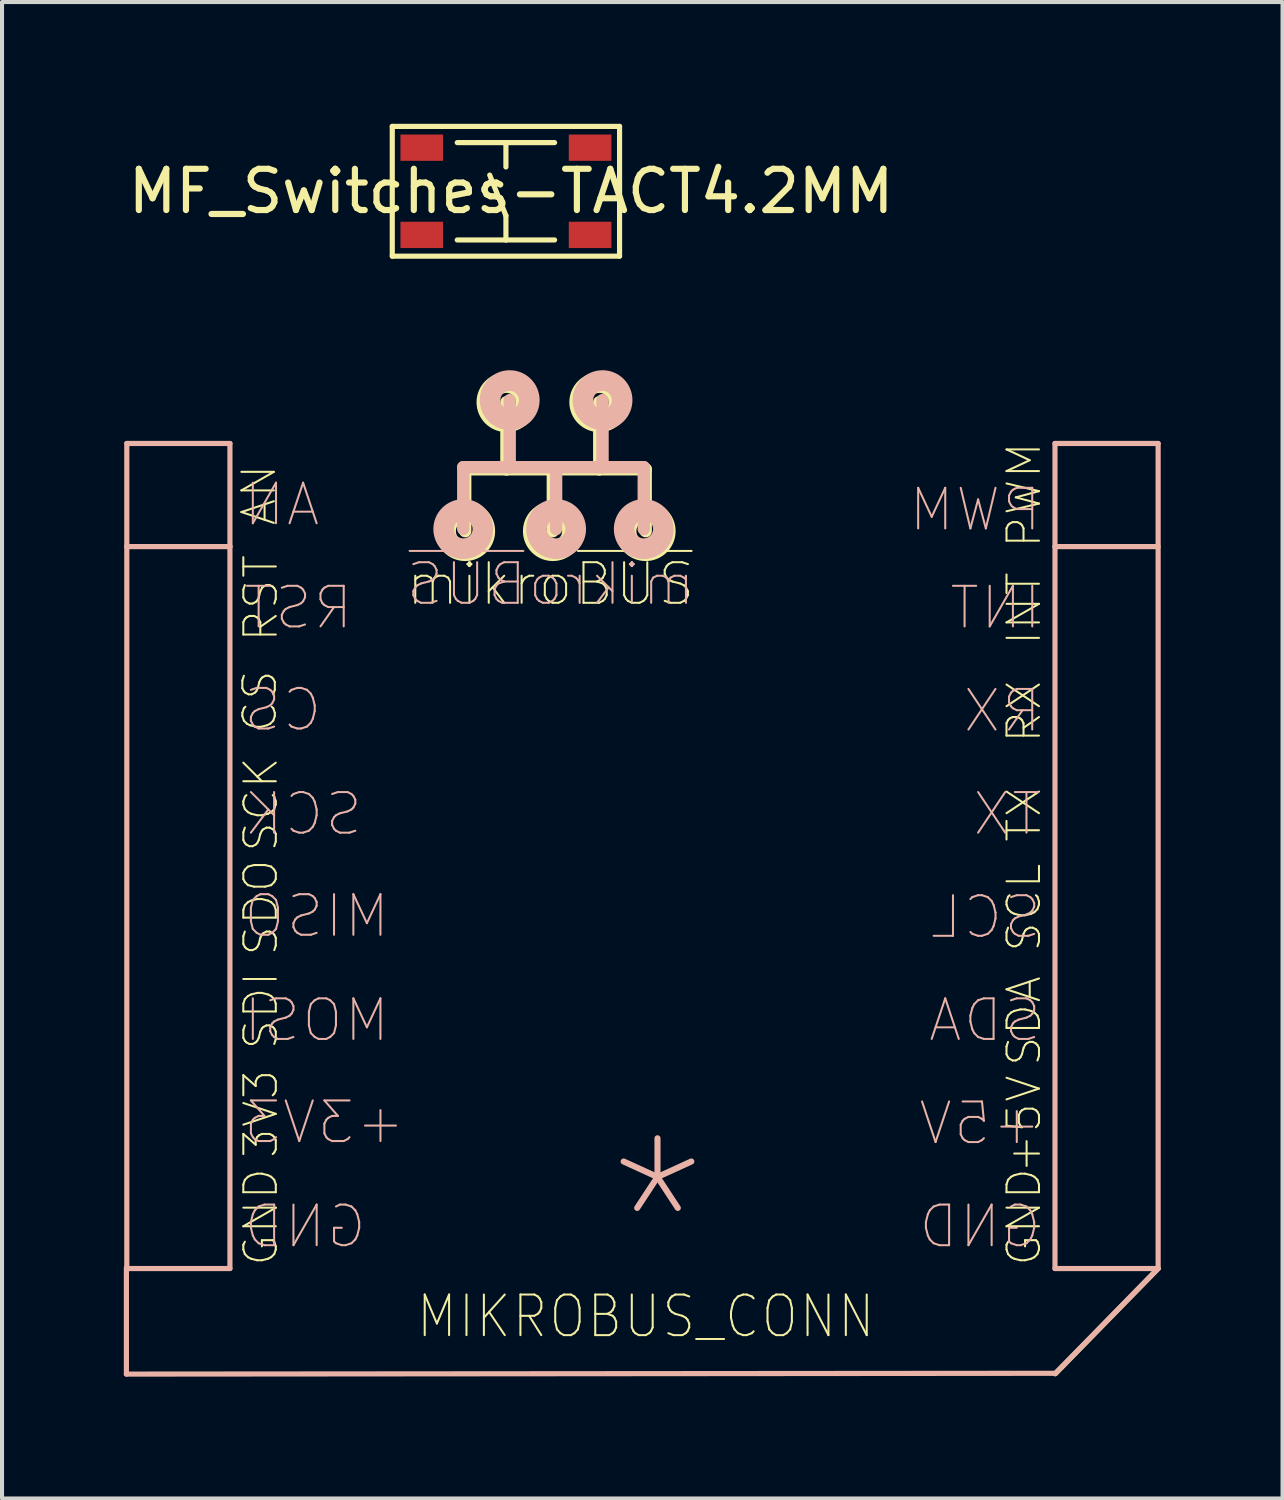
<source format=kicad_pcb>
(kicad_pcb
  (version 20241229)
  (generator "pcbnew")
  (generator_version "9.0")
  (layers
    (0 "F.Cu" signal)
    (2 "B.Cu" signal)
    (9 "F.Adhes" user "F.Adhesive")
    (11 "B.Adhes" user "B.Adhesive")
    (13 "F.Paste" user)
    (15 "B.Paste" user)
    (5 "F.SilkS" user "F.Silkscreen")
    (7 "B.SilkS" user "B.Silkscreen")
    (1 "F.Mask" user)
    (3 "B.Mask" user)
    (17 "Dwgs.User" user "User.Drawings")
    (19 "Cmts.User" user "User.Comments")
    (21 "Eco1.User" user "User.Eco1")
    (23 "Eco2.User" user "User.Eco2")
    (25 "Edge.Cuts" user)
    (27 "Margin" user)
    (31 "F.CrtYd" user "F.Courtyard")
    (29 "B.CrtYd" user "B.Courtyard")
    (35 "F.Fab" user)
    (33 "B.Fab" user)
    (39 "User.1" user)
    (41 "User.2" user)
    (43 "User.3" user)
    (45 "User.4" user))
  (footprint "MF_Switches-TACT4.2MM"
    (layer "F.Cu")
    (at 9.41 1.661)
    (property "Reference" "MF_Switches-TACT4.2MM" (at 0.127 0 180) (layer "F.SilkS") (effects (font (size 1.016 1.016) (thickness 0.152))))
    (attr smd)
    (fp_line (start -2.799 -1.598) (end 2.799 -1.598) (stroke (width 0.127) (type solid)) (layer "F.SilkS"))
    (fp_line (start -2.799 1.598) (end -2.799 -1.598) (stroke (width 0.127) (type solid)) (layer "F.SilkS"))
    (fp_line (start -1.199 -1.199) (end 0 -1.199) (stroke (width 0.127) (type solid)) (layer "F.SilkS"))
    (fp_line (start -1.199 1.199) (end 0 1.199) (stroke (width 0.127) (type solid)) (layer "F.SilkS"))
    (fp_line (start 0 -1.199) (end 0 -0.599) (stroke (width 0.127) (type solid)) (layer "F.SilkS"))
    (fp_line (start 0 -1.199) (end 1.199 -1.199) (stroke (width 0.127) (type solid)) (layer "F.SilkS"))
    (fp_line (start 0 0.599) (end -0.399 -0.399) (stroke (width 0.127) (type solid)) (layer "F.SilkS"))
    (fp_line (start 0 1.199) (end 0 0.599) (stroke (width 0.127) (type solid)) (layer "F.SilkS"))
    (fp_line (start 0 1.199) (end 1.199 1.199) (stroke (width 0.127) (type solid)) (layer "F.SilkS"))
    (fp_line (start 2.799 -1.598) (end 2.799 1.598) (stroke (width 0.127) (type solid)) (layer "F.SilkS"))
    (fp_line (start 2.799 1.598) (end -2.799 1.598) (stroke (width 0.127) (type solid)) (layer "F.SilkS"))
    (pad "1" smd rect (at -2.073 -1.074 90) (size 0.648 1.049) (layers "F.Cu" "F.Mask" "F.Paste"))
    (pad "2" smd rect (at 2.073 -1.074 90) (size 0.648 1.049) (layers "F.Cu" "F.Mask" "F.Paste"))
    (pad "3" smd rect (at -2.073 1.074 90) (size 0.648 1.049) (layers "F.Cu" "F.Mask" "F.Paste"))
    (pad "4" smd rect (at 2.073 1.074 90) (size 0.648 1.049) (layers "F.Cu" "F.Mask" "F.Paste")))
  (footprint "MIKROBUS_CONN"
    (layer "F.Cu")
    (at 1.343 9.142)
    (property "Reference" "MIKROBUS_CONN" (at 11.51 20.23 0) (layer "F.SilkS") (effects (font (size 1 0.9) (thickness 0.05))))
    (attr through_hole)
    (fp_line (start 7.064 -0.635) (end 7.064 0.889) (stroke (width 0.305) (type solid)) (layer "F.SilkS"))
    (fp_line (start 7.064 -0.635) (end 8.08 -0.635) (stroke (width 0.305) (type solid)) (layer "F.SilkS"))
    (fp_line (start 8.08 -0.635) (end 8.08 -2.286) (stroke (width 0.305) (type solid)) (layer "F.SilkS"))
    (fp_line (start 8.08 -0.635) (end 9.223 -0.635) (stroke (width 0.305) (type solid)) (layer "F.SilkS"))
    (fp_line (start 9.223 -0.635) (end 9.223 0.889) (stroke (width 0.305) (type solid)) (layer "F.SilkS"))
    (fp_line (start 9.223 -0.635) (end 10.366 -0.635) (stroke (width 0.305) (type solid)) (layer "F.SilkS"))
    (fp_line (start 10.366 -0.635) (end 10.366 -2.286) (stroke (width 0.305) (type solid)) (layer "F.SilkS"))
    (fp_line (start 10.366 -0.635) (end 11.509 -0.635) (stroke (width 0.305) (type solid)) (layer "F.SilkS"))
    (fp_line (start 11.509 -0.635) (end 11.509 0.889) (stroke (width 0.305) (type solid)) (layer "F.SilkS"))
    (fp_line (start 24.13 19.05) (end 21.6 21.64) (stroke (width 0.127) (type solid)) (layer "F.SilkS"))
    (fp_circle (center 7.064 0.889) (end 7.293 0.889) (stroke (width 0.508) (type solid)) (fill no) (layer "F.SilkS"))
    (fp_circle (center 8.08 -2.286) (end 8.309 -2.286) (stroke (width 0.508) (type solid)) (fill no) (layer "F.SilkS"))
    (fp_circle (center 9.223 0.889) (end 9.452 0.889) (stroke (width 0.508) (type solid)) (fill no) (layer "F.SilkS"))
    (fp_circle (center 10.366 -2.286) (end 10.595 -2.286) (stroke (width 0.508) (type solid)) (fill no) (layer "F.SilkS"))
    (fp_circle (center 11.509 0.889) (end 11.738 0.889) (stroke (width 0.508) (type solid)) (fill no) (layer "F.SilkS"))
    (fp_line (start -1.28 19.03) (end -1.28 21.65) (stroke (width 0.127) (type solid)) (layer "B.SilkS"))
    (fp_line (start -1.28 21.65) (end 21.59 21.63) (stroke (width 0.127) (type solid)) (layer "B.SilkS"))
    (fp_line (start -1.27 -1.27) (end -1.27 1.27) (stroke (width 0.127) (type solid)) (layer "B.SilkS"))
    (fp_line (start -1.27 1.27) (end -1.27 19.05) (stroke (width 0.127) (type solid)) (layer "B.SilkS"))
    (fp_line (start -1.27 1.27) (end 1.27 1.27) (stroke (width 0.127) (type solid)) (layer "B.SilkS"))
    (fp_line (start -1.27 19.05) (end 1.27 19.05) (stroke (width 0.127) (type solid)) (layer "B.SilkS"))
    (fp_line (start 1.27 -1.27) (end -1.27 -1.27) (stroke (width 0.127) (type solid)) (layer "B.SilkS"))
    (fp_line (start 1.27 1.27) (end 1.27 -1.27) (stroke (width 0.127) (type solid)) (layer "B.SilkS"))
    (fp_line (start 1.27 19.05) (end 1.27 1.27) (stroke (width 0.127) (type solid)) (layer "B.SilkS"))
    (fp_line (start 7.017 -0.686) (end 7.017 0.838) (stroke (width 0.305) (type solid)) (layer "B.SilkS"))
    (fp_line (start 8.16 -0.686) (end 7.017 -0.686) (stroke (width 0.305) (type solid)) (layer "B.SilkS"))
    (fp_line (start 8.16 -0.686) (end 8.16 -2.337) (stroke (width 0.305) (type solid)) (layer "B.SilkS"))
    (fp_line (start 9.303 -0.686) (end 8.16 -0.686) (stroke (width 0.305) (type solid)) (layer "B.SilkS"))
    (fp_line (start 9.303 -0.686) (end 9.303 0.838) (stroke (width 0.305) (type solid)) (layer "B.SilkS"))
    (fp_line (start 10.446 -0.686) (end 9.303 -0.686) (stroke (width 0.305) (type solid)) (layer "B.SilkS"))
    (fp_line (start 10.446 -0.686) (end 10.446 -2.337) (stroke (width 0.305) (type solid)) (layer "B.SilkS"))
    (fp_line (start 11.462 -0.686) (end 10.446 -0.686) (stroke (width 0.305) (type solid)) (layer "B.SilkS"))
    (fp_line (start 11.462 -0.686) (end 11.462 0.838) (stroke (width 0.305) (type solid)) (layer "B.SilkS"))
    (fp_line (start 21.59 -1.27) (end 21.59 1.27) (stroke (width 0.127) (type solid)) (layer "B.SilkS"))
    (fp_line (start 21.59 -1.27) (end 24.13 -1.27) (stroke (width 0.127) (type solid)) (layer "B.SilkS"))
    (fp_line (start 21.59 1.27) (end 21.59 19.05) (stroke (width 0.127) (type solid)) (layer "B.SilkS"))
    (fp_line (start 21.59 1.27) (end 24.13 1.27) (stroke (width 0.127) (type solid)) (layer "B.SilkS"))
    (fp_line (start 21.59 19.05) (end 24.13 19.05) (stroke (width 0.127) (type solid)) (layer "B.SilkS"))
    (fp_line (start 24.13 -1.27) (end 24.13 19.05) (stroke (width 0.127) (type solid)) (layer "B.SilkS"))
    (fp_line (start 24.13 19.05) (end 21.59 21.64) (stroke (width 0.127) (type solid)) (layer "B.SilkS"))
    (fp_circle (center 7.017 0.838) (end 7.246 0.838) (stroke (width 0.508) (type solid)) (fill no) (layer "B.SilkS"))
    (fp_circle (center 8.16 -2.337) (end 8.389 -2.337) (stroke (width 0.508) (type solid)) (fill no) (layer "B.SilkS"))
    (fp_circle (center 9.303 0.838) (end 9.532 0.838) (stroke (width 0.508) (type solid)) (fill no) (layer "B.SilkS"))
    (fp_circle (center 10.446 -2.337) (end 10.675 -2.337) (stroke (width 0.508) (type solid)) (fill no) (layer "B.SilkS"))
    (fp_circle (center 11.462 0.838) (end 11.691 0.838) (stroke (width 0.508) (type solid)) (fill no) (layer "B.SilkS"))
    (fp_line (start -1.27 -1.27) (end -1.27 1.27) (stroke (width 0.127) (type solid)) (layer "Eco1.User"))
    (fp_line (start -1.27 0) (end 1.27 0) (stroke (width 0.12) (type solid)) (layer "Eco1.User"))
    (fp_line (start -1.27 1.27) (end -1.27 19.05) (stroke (width 0.127) (type solid)) (layer "Eco1.User"))
    (fp_line (start -1.27 1.27) (end 1.27 1.27) (stroke (width 0.127) (type solid)) (layer "Eco1.User"))
    (fp_line (start -1.27 2.54) (end 1.27 2.54) (stroke (width 0.12) (type solid)) (layer "Eco1.User"))
    (fp_line (start -1.27 5.08) (end 1.27 5.08) (stroke (width 0.12) (type solid)) (layer "Eco1.User"))
    (fp_line (start -1.27 7.62) (end 1.27 7.62) (stroke (width 0.12) (type solid)) (layer "Eco1.User"))
    (fp_line (start -1.27 10.16) (end 1.27 10.16) (stroke (width 0.12) (type solid)) (layer "Eco1.User"))
    (fp_line (start -1.27 12.7) (end 1.27 12.7) (stroke (width 0.12) (type solid)) (layer "Eco1.User"))
    (fp_line (start -1.27 15.24) (end 1.27 15.24) (stroke (width 0.12) (type solid)) (layer "Eco1.User"))
    (fp_line (start -1.27 17.78) (end 1.27 17.78) (stroke (width 0.12) (type solid)) (layer "Eco1.User"))
    (fp_line (start -1.27 17.78) (end 1.27 17.78) (stroke (width 0.12) (type solid)) (layer "Eco1.User"))
    (fp_line (start -1.27 19.05) (end 1.27 19.05) (stroke (width 0.127) (type solid)) (layer "Eco1.User"))
    (fp_line (start 0 1.27) (end 0 -1.27) (stroke (width 0.12) (type solid)) (layer "Eco1.User"))
    (fp_line (start 0 3.81) (end 0 1.27) (stroke (width 0.12) (type solid)) (layer "Eco1.User"))
    (fp_line (start 0 6.35) (end 0 3.81) (stroke (width 0.12) (type solid)) (layer "Eco1.User"))
    (fp_line (start 0 8.89) (end 0 6.35) (stroke (width 0.12) (type solid)) (layer "Eco1.User"))
    (fp_line (start 0 11.43) (end 0 8.89) (stroke (width 0.12) (type solid)) (layer "Eco1.User"))
    (fp_line (start 0 13.97) (end 0 11.43) (stroke (width 0.12) (type solid)) (layer "Eco1.User"))
    (fp_line (start 0 16.51) (end 0 13.97) (stroke (width 0.12) (type solid)) (layer "Eco1.User"))
    (fp_line (start 0 19.05) (end 0 16.51) (stroke (width 0.12) (type solid)) (layer "Eco1.User"))
    (fp_line (start 0 19.05) (end 0 16.51) (stroke (width 0.12) (type solid)) (layer "Eco1.User"))
    (fp_line (start 1.27 -1.27) (end -1.27 -1.27) (stroke (width 0.127) (type solid)) (layer "Eco1.User"))
    (fp_line (start 1.27 1.27) (end 1.27 -1.27) (stroke (width 0.127) (type solid)) (layer "Eco1.User"))
    (fp_line (start 1.27 19.05) (end 1.27 1.27) (stroke (width 0.127) (type solid)) (layer "Eco1.User"))
    (fp_line (start 21.59 -1.27) (end 21.59 1.27) (stroke (width 0.127) (type solid)) (layer "Eco1.User"))
    (fp_line (start 21.59 -1.27) (end 24.13 -1.27) (stroke (width 0.127) (type solid)) (layer "Eco1.User"))
    (fp_line (start 21.59 0) (end 24.13 0) (stroke (width 0.12) (type solid)) (layer "Eco1.User"))
    (fp_line (start 21.59 0) (end 24.13 0) (stroke (width 0.12) (type solid)) (layer "Eco1.User"))
    (fp_line (start 21.59 1.27) (end 21.59 19.05) (stroke (width 0.127) (type solid)) (layer "Eco1.User"))
    (fp_line (start 21.59 1.27) (end 24.13 1.27) (stroke (width 0.127) (type solid)) (layer "Eco1.User"))
    (fp_line (start 21.59 2.54) (end 24.13 2.54) (stroke (width 0.12) (type solid)) (layer "Eco1.User"))
    (fp_line (start 21.59 5.08) (end 24.13 5.08) (stroke (width 0.12) (type solid)) (layer "Eco1.User"))
    (fp_line (start 21.59 7.62) (end 24.13 7.62) (stroke (width 0.12) (type solid)) (layer "Eco1.User"))
    (fp_line (start 21.59 10.16) (end 24.13 10.16) (stroke (width 0.12) (type solid)) (layer "Eco1.User"))
    (fp_line (start 21.59 12.7) (end 24.13 12.7) (stroke (width 0.12) (type solid)) (layer "Eco1.User"))
    (fp_line (start 21.59 15.24) (end 24.13 15.24) (stroke (width 0.12) (type solid)) (layer "Eco1.User"))
    (fp_line (start 21.59 17.78) (end 24.13 17.78) (stroke (width 0.12) (type solid)) (layer "Eco1.User"))
    (fp_line (start 21.59 19.05) (end 24.13 19.05) (stroke (width 0.127) (type solid)) (layer "Eco1.User"))
    (fp_line (start 22.86 1.27) (end 22.86 -1.27) (stroke (width 0.12) (type solid)) (layer "Eco1.User"))
    (fp_line (start 22.86 1.27) (end 22.86 -1.27) (stroke (width 0.12) (type solid)) (layer "Eco1.User"))
    (fp_line (start 22.86 3.81) (end 22.86 1.27) (stroke (width 0.12) (type solid)) (layer "Eco1.User"))
    (fp_line (start 22.86 6.35) (end 22.86 3.81) (stroke (width 0.12) (type solid)) (layer "Eco1.User"))
    (fp_line (start 22.86 8.89) (end 22.86 6.35) (stroke (width 0.12) (type solid)) (layer "Eco1.User"))
    (fp_line (start 22.86 11.43) (end 22.86 8.89) (stroke (width 0.12) (type solid)) (layer "Eco1.User"))
    (fp_line (start 22.86 13.97) (end 22.86 11.43) (stroke (width 0.12) (type solid)) (layer "Eco1.User"))
    (fp_line (start 22.86 16.51) (end 22.86 13.97) (stroke (width 0.12) (type solid)) (layer "Eco1.User"))
    (fp_line (start 22.86 19.05) (end 22.86 16.51) (stroke (width 0.12) (type solid)) (layer "Eco1.User"))
    (fp_line (start 24.13 -1.27) (end 24.13 19.05) (stroke (width 0.127) (type solid)) (layer "Eco1.User"))
    (fp_text user "+5V" (at 20.828 15.494 90) (layer "F.SilkS") (effects (font (size 0.8 0.8) (thickness 0.05))))
    (fp_text user "AN" (at 1.984 0 90) (layer "F.SilkS") (effects (font (size 0.8 0.8) (thickness 0.05))))
    (fp_text user "PWM" (at 20.828 0 90) (layer "F.SilkS") (effects (font (size 0.8 0.8) (thickness 0.05))))
    (fp_text user "RST" (at 2.032 2.54 90) (layer "F.SilkS") (effects (font (size 0.8 0.8) (thickness 0.05))))
    (fp_text user "SCK" (at 2.032 7.62 90) (layer "F.SilkS") (effects (font (size 0.8 0.8) (thickness 0.05))))
    (fp_text user "TX" (at 20.828 7.874 270) (layer "F.SilkS") (effects (font (size 0.8 0.8) (thickness 0.05))))
    (fp_text user "SDO" (at 2.032 10.16 90) (layer "F.SilkS") (effects (font (size 0.8 0.8) (thickness 0.05))))
    (fp_text user "SDA" (at 20.828 12.954 90) (layer "F.SilkS") (effects (font (size 0.8 0.8) (thickness 0.05))))
    (fp_text user "SDI" (at 2.032 12.7 90) (layer "F.SilkS") (effects (font (size 0.8 0.8) (thickness 0.05))))
    (fp_text user "mikro~{BUS}" (at 9.168 2.194 0) (layer "F.SilkS") (effects (font (size 1 1) (thickness 0.05))))
    (fp_text user "RX" (at 20.828 5.334 270) (layer "F.SilkS") (effects (font (size 0.8 0.8) (thickness 0.05))))
    (fp_text user "GND" (at 20.828 17.78 90) (layer "F.SilkS") (effects (font (size 0.8 0.8) (thickness 0.05))))
    (fp_text user "SCL" (at 20.828 10.16 90) (layer "F.SilkS") (effects (font (size 0.8 0.8) (thickness 0.05))))
    (fp_text user "CS" (at 2.008 5.08 90) (layer "F.SilkS") (effects (font (size 0.8 0.8) (thickness 0.05))))
    (fp_text user "INT" (at 20.828 2.794 90) (layer "F.SilkS") (effects (font (size 0.8 0.8) (thickness 0.05))))
    (fp_text user "GND" (at 2.032 17.78 90) (layer "F.SilkS") (effects (font (size 0.8 0.8) (thickness 0.05))))
    (fp_text user "3V3" (at 2.032 15.24 90) (layer "F.SilkS") (effects (font (size 0.8 0.8) (thickness 0.05))))
    (fp_text user "TX" (at 20.411 7.855 0) (layer "B.SilkS") (effects (font (size 1 1) (thickness 0.05)) (justify mirror)))
    (fp_text user "MOSI" (at 3.405 12.935 0) (layer "B.SilkS") (effects (font (size 1 1) (thickness 0.05)) (justify mirror)))
    (fp_text user "MISO" (at 3.405 10.37 0) (layer "B.SilkS") (effects (font (size 1 1) (thickness 0.05)) (justify mirror)))
    (fp_text user "+5V" (at 19.744 15.475 0) (layer "B.SilkS") (effects (font (size 1 1) (thickness 0.05)) (justify mirror)))
    (fp_text user "mikro~{BUS}" (at 9.168 2.194 0) (layer "B.SilkS") (effects (font (size 1 1) (thickness 0.05)) (justify mirror)))
    (fp_text user "AN" (at 2.548 0.235 0) (layer "B.SilkS") (effects (font (size 1 1) (thickness 0.05)) (justify mirror)))
    (fp_text user "SDA" (at 19.863 12.935 0) (layer "B.SilkS") (effects (font (size 1 1) (thickness 0.05)) (justify mirror)))
    (fp_text user "SCK" (at 3.072 7.855 0) (layer "B.SilkS") (effects (font (size 1 1) (thickness 0.05)) (justify mirror)))
    (fp_text user "SCL" (at 19.887 10.395 0) (layer "B.SilkS") (effects (font (size 1 1) (thickness 0.05)) (justify mirror)))
    (fp_text user "*" (at 11.8 18 0) (layer "B.SilkS") (effects (font (size 4 3.5) (thickness 0.15)) (justify mirror)))
    (fp_text user "GND" (at 3.12 18.015 0) (layer "B.SilkS") (effects (font (size 1 1) (thickness 0.05)) (justify mirror)))
    (fp_text user "PWM" (at 19.625 0.362 0) (layer "B.SilkS") (effects (font (size 1 1) (thickness 0.05)) (justify mirror)))
    (fp_text user "RX" (at 20.291 5.315 0) (layer "B.SilkS") (effects (font (size 1 1) (thickness 0.05)) (justify mirror)))
    (fp_text user "RST" (at 2.953 2.775 0) (layer "B.SilkS") (effects (font (size 1 1) (thickness 0.05)) (justify mirror)))
    (fp_text user "INT" (at 20.125 2.775 0) (layer "B.SilkS") (effects (font (size 1 1) (thickness 0.05)) (justify mirror)))
    (fp_text user "GND" (at 19.744 18.015 0) (layer "B.SilkS") (effects (font (size 1 1) (thickness 0.05)) (justify mirror)))
    (fp_text user "+3V3" (at 3.596 15.45 0) (layer "B.SilkS") (effects (font (size 1 1) (thickness 0.05)) (justify mirror)))
    (fp_text user "CS" (at 2.572 5.29 0) (layer "B.SilkS") (effects (font (size 1 1) (thickness 0.05)) (justify mirror))))
  (gr_rect
    (start -3 -3)
    (end 28.537 33.855)
    (stroke (width 0.1) (type default))
    (fill no)
    (layer "Edge.Cuts")))
</source>
